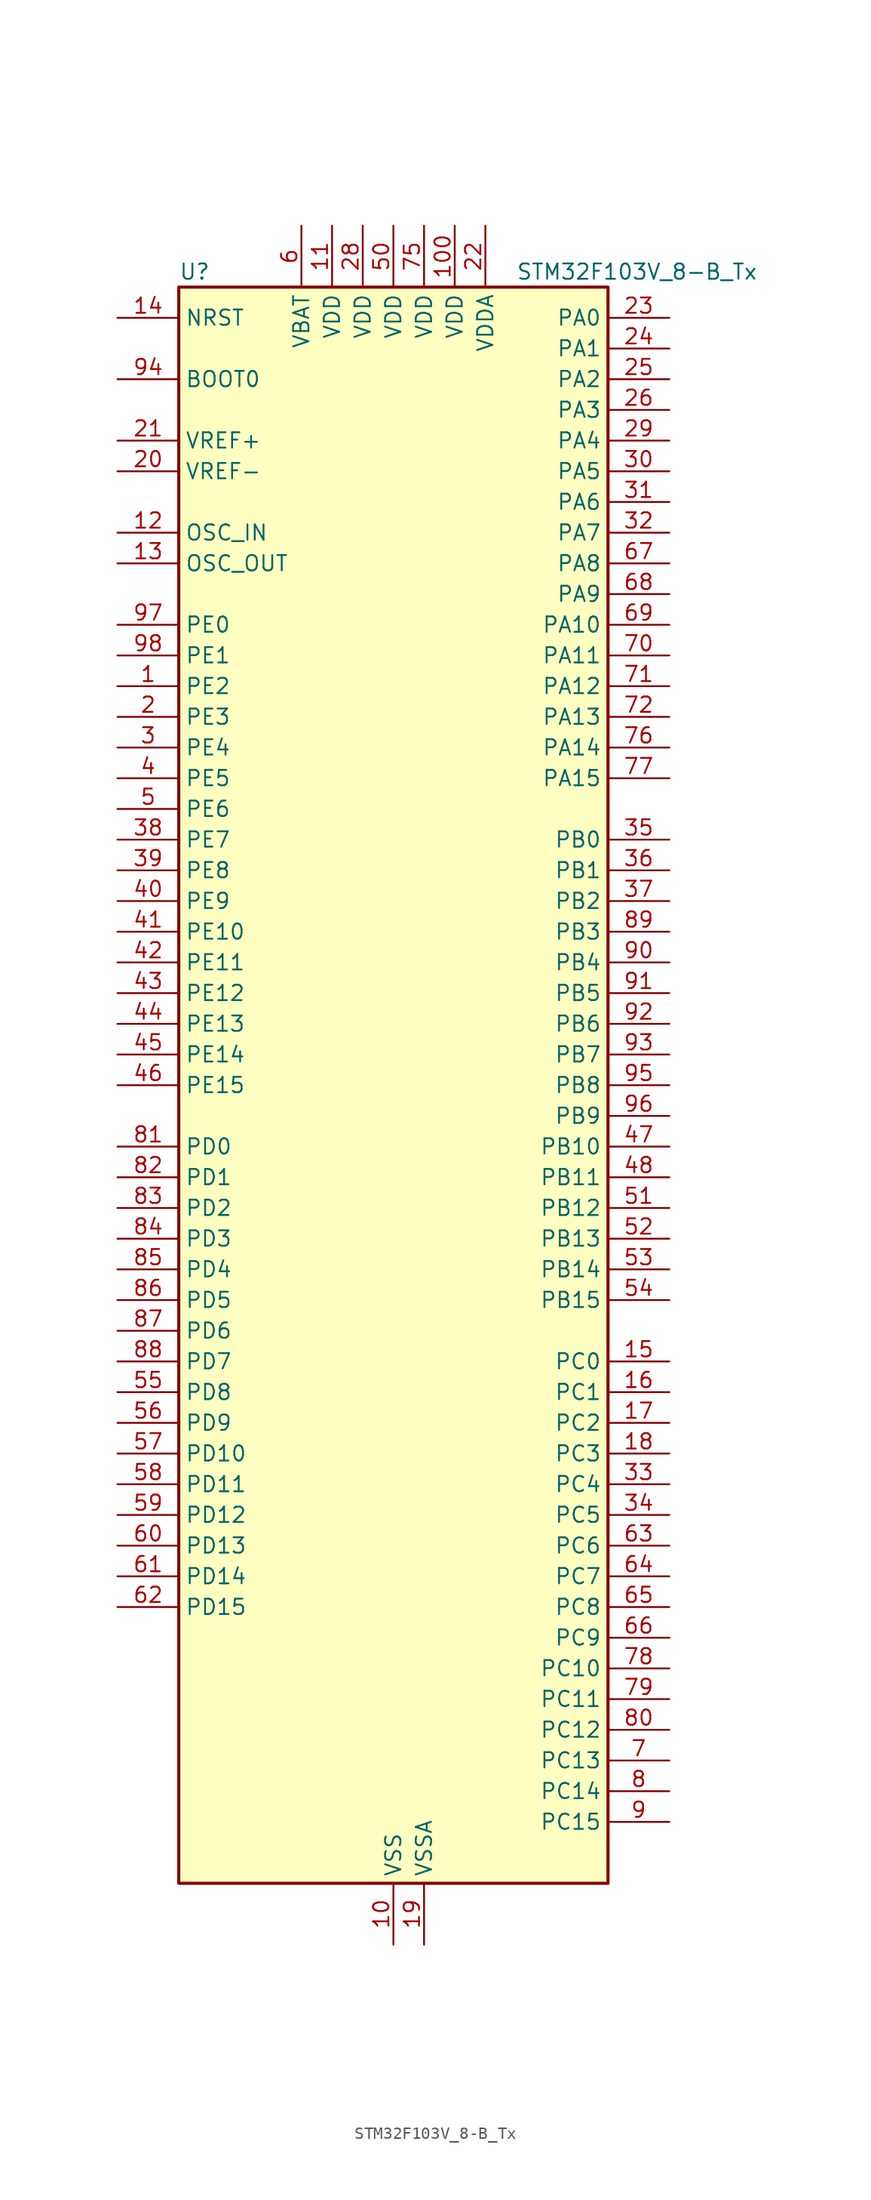
<source format=kicad_sym>
(kicad_symbol_lib
  (version 20231120)
  (generator "kicad_symbol_editor")
  (generator_version "8.0")
  (symbol "STM32F103V_8-B_Tx"
    (property "Reference" "U"
      (at -17.78 67.31 0)
      (effects (font (size 1.27 1.27)) (justify left)))
    (property "Value" "STM32F103V_8-B_Tx"
      (at 10.16 67.31 0)
      (effects (font (size 1.27 1.27)) (justify left)))
    (property "ki_locked" ""
      (at 0 0 0)
      (effects (font (size 1.27 1.27))))
    (symbol "STM32F103V_8-B_Tx_0_1"
      (rectangle (start -17.78 -66.04) (end 17.78 66.04) (stroke (width 0.254) (type default)) (fill (type background))))
    (symbol "STM32F103V_8-B_Tx_1_1"
      (pin bidirectional line (at -22.86 33.02 0) (length 5.08) (name "PE2" (effects (font (size 1.27 1.27)))) (number "1" (effects (font (size 1.27 1.27)))) (alternate "SYS_TRACECLK" bidirectional line))
      (pin power_in line (at 0 -71.12 90) (length 5.08) (name "VSS" (effects (font (size 1.27 1.27)))) (number "10" (effects (font (size 1.27 1.27)))))
      (pin power_in line (at 5.08 71.12 270) (length 5.08) (name "VDD" (effects (font (size 1.27 1.27)))) (number "100" (effects (font (size 1.27 1.27)))))
      (pin power_in line (at -5.08 71.12 270) (length 5.08) (name "VDD" (effects (font (size 1.27 1.27)))) (number "11" (effects (font (size 1.27 1.27)))))
      (pin input line (at -22.86 45.72 0) (length 5.08) (name "OSC_IN" (effects (font (size 1.27 1.27)))) (number "12" (effects (font (size 1.27 1.27)))) (alternate "RCC_OSC_IN" bidirectional line))
      (pin input line (at -22.86 43.18 0) (length 5.08) (name "OSC_OUT" (effects (font (size 1.27 1.27)))) (number "13" (effects (font (size 1.27 1.27)))) (alternate "RCC_OSC_OUT" bidirectional line))
      (pin input line (at -22.86 63.5 0) (length 5.08) (name "NRST" (effects (font (size 1.27 1.27)))) (number "14" (effects (font (size 1.27 1.27)))))
      (pin bidirectional line (at 22.86 -22.86 180) (length 5.08) (name "PC0" (effects (font (size 1.27 1.27)))) (number "15" (effects (font (size 1.27 1.27)))) (alternate "ADC1_IN10" bidirectional line) (alternate "ADC2_IN10" bidirectional line))
      (pin bidirectional line (at 22.86 -25.4 180) (length 5.08) (name "PC1" (effects (font (size 1.27 1.27)))) (number "16" (effects (font (size 1.27 1.27)))) (alternate "ADC1_IN11" bidirectional line) (alternate "ADC2_IN11" bidirectional line))
      (pin bidirectional line (at 22.86 -27.94 180) (length 5.08) (name "PC2" (effects (font (size 1.27 1.27)))) (number "17" (effects (font (size 1.27 1.27)))) (alternate "ADC1_IN12" bidirectional line) (alternate "ADC2_IN12" bidirectional line))
      (pin bidirectional line (at 22.86 -30.48 180) (length 5.08) (name "PC3" (effects (font (size 1.27 1.27)))) (number "18" (effects (font (size 1.27 1.27)))) (alternate "ADC1_IN13" bidirectional line) (alternate "ADC2_IN13" bidirectional line))
      (pin power_in line (at 2.54 -71.12 90) (length 5.08) (name "VSSA" (effects (font (size 1.27 1.27)))) (number "19" (effects (font (size 1.27 1.27)))))
      (pin bidirectional line (at -22.86 30.48 0) (length 5.08) (name "PE3" (effects (font (size 1.27 1.27)))) (number "2" (effects (font (size 1.27 1.27)))) (alternate "SYS_TRACED0" bidirectional line))
      (pin input line (at -22.86 50.8 0) (length 5.08) (name "VREF-" (effects (font (size 1.27 1.27)))) (number "20" (effects (font (size 1.27 1.27)))))
      (pin input line (at -22.86 53.34 0) (length 5.08) (name "VREF+" (effects (font (size 1.27 1.27)))) (number "21" (effects (font (size 1.27 1.27)))))
      (pin power_in line (at 7.62 71.12 270) (length 5.08) (name "VDDA" (effects (font (size 1.27 1.27)))) (number "22" (effects (font (size 1.27 1.27)))))
      (pin bidirectional line (at 22.86 63.5 180) (length 5.08) (name "PA0" (effects (font (size 1.27 1.27)))) (number "23" (effects (font (size 1.27 1.27)))) (alternate "ADC1_IN0" bidirectional line) (alternate "ADC2_IN0" bidirectional line) (alternate "SYS_WKUP" bidirectional line) (alternate "TIM2_CH1" bidirectional line) (alternate "TIM2_ETR" bidirectional line) (alternate "USART2_CTS" bidirectional line))
      (pin bidirectional line (at 22.86 60.96 180) (length 5.08) (name "PA1" (effects (font (size 1.27 1.27)))) (number "24" (effects (font (size 1.27 1.27)))) (alternate "ADC1_IN1" bidirectional line) (alternate "ADC2_IN1" bidirectional line) (alternate "TIM2_CH2" bidirectional line) (alternate "USART2_RTS" bidirectional line))
      (pin bidirectional line (at 22.86 58.42 180) (length 5.08) (name "PA2" (effects (font (size 1.27 1.27)))) (number "25" (effects (font (size 1.27 1.27)))) (alternate "ADC1_IN2" bidirectional line) (alternate "ADC2_IN2" bidirectional line) (alternate "TIM2_CH3" bidirectional line) (alternate "USART2_TX" bidirectional line))
      (pin bidirectional line (at 22.86 55.88 180) (length 5.08) (name "PA3" (effects (font (size 1.27 1.27)))) (number "26" (effects (font (size 1.27 1.27)))) (alternate "ADC1_IN3" bidirectional line) (alternate "ADC2_IN3" bidirectional line) (alternate "TIM2_CH4" bidirectional line) (alternate "USART2_RX" bidirectional line))
      (pin passive line (at 0 -71.12 90) (length 5.08) hide (name "VSS" (effects (font (size 1.27 1.27)))) (number "27" (effects (font (size 1.27 1.27)))))
      (pin power_in line (at -2.54 71.12 270) (length 5.08) (name "VDD" (effects (font (size 1.27 1.27)))) (number "28" (effects (font (size 1.27 1.27)))))
      (pin bidirectional line (at 22.86 53.34 180) (length 5.08) (name "PA4" (effects (font (size 1.27 1.27)))) (number "29" (effects (font (size 1.27 1.27)))) (alternate "ADC1_IN4" bidirectional line) (alternate "ADC2_IN4" bidirectional line) (alternate "SPI1_NSS" bidirectional line) (alternate "USART2_CK" bidirectional line))
      (pin bidirectional line (at -22.86 27.94 0) (length 5.08) (name "PE4" (effects (font (size 1.27 1.27)))) (number "3" (effects (font (size 1.27 1.27)))) (alternate "SYS_TRACED1" bidirectional line))
      (pin bidirectional line (at 22.86 50.8 180) (length 5.08) (name "PA5" (effects (font (size 1.27 1.27)))) (number "30" (effects (font (size 1.27 1.27)))) (alternate "ADC1_IN5" bidirectional line) (alternate "ADC2_IN5" bidirectional line) (alternate "SPI1_SCK" bidirectional line))
      (pin bidirectional line (at 22.86 48.26 180) (length 5.08) (name "PA6" (effects (font (size 1.27 1.27)))) (number "31" (effects (font (size 1.27 1.27)))) (alternate "ADC1_IN6" bidirectional line) (alternate "ADC2_IN6" bidirectional line) (alternate "SPI1_MISO" bidirectional line) (alternate "TIM1_BKIN" bidirectional line) (alternate "TIM3_CH1" bidirectional line))
      (pin bidirectional line (at 22.86 45.72 180) (length 5.08) (name "PA7" (effects (font (size 1.27 1.27)))) (number "32" (effects (font (size 1.27 1.27)))) (alternate "ADC1_IN7" bidirectional line) (alternate "ADC2_IN7" bidirectional line) (alternate "SPI1_MOSI" bidirectional line) (alternate "TIM1_CH1N" bidirectional line) (alternate "TIM3_CH2" bidirectional line))
      (pin bidirectional line (at 22.86 -33.02 180) (length 5.08) (name "PC4" (effects (font (size 1.27 1.27)))) (number "33" (effects (font (size 1.27 1.27)))) (alternate "ADC1_IN14" bidirectional line) (alternate "ADC2_IN14" bidirectional line))
      (pin bidirectional line (at 22.86 -35.56 180) (length 5.08) (name "PC5" (effects (font (size 1.27 1.27)))) (number "34" (effects (font (size 1.27 1.27)))) (alternate "ADC1_IN15" bidirectional line) (alternate "ADC2_IN15" bidirectional line))
      (pin bidirectional line (at 22.86 20.32 180) (length 5.08) (name "PB0" (effects (font (size 1.27 1.27)))) (number "35" (effects (font (size 1.27 1.27)))) (alternate "ADC1_IN8" bidirectional line) (alternate "ADC2_IN8" bidirectional line) (alternate "TIM1_CH2N" bidirectional line) (alternate "TIM3_CH3" bidirectional line))
      (pin bidirectional line (at 22.86 17.78 180) (length 5.08) (name "PB1" (effects (font (size 1.27 1.27)))) (number "36" (effects (font (size 1.27 1.27)))) (alternate "ADC1_IN9" bidirectional line) (alternate "ADC2_IN9" bidirectional line) (alternate "TIM1_CH3N" bidirectional line) (alternate "TIM3_CH4" bidirectional line))
      (pin bidirectional line (at 22.86 15.24 180) (length 5.08) (name "PB2" (effects (font (size 1.27 1.27)))) (number "37" (effects (font (size 1.27 1.27)))))
      (pin bidirectional line (at -22.86 20.32 0) (length 5.08) (name "PE7" (effects (font (size 1.27 1.27)))) (number "38" (effects (font (size 1.27 1.27)))) (alternate "TIM1_ETR" bidirectional line))
      (pin bidirectional line (at -22.86 17.78 0) (length 5.08) (name "PE8" (effects (font (size 1.27 1.27)))) (number "39" (effects (font (size 1.27 1.27)))) (alternate "TIM1_CH1N" bidirectional line))
      (pin bidirectional line (at -22.86 25.4 0) (length 5.08) (name "PE5" (effects (font (size 1.27 1.27)))) (number "4" (effects (font (size 1.27 1.27)))) (alternate "SYS_TRACED2" bidirectional line))
      (pin bidirectional line (at -22.86 15.24 0) (length 5.08) (name "PE9" (effects (font (size 1.27 1.27)))) (number "40" (effects (font (size 1.27 1.27)))) (alternate "TIM1_CH1" bidirectional line))
      (pin bidirectional line (at -22.86 12.7 0) (length 5.08) (name "PE10" (effects (font (size 1.27 1.27)))) (number "41" (effects (font (size 1.27 1.27)))) (alternate "TIM1_CH2N" bidirectional line))
      (pin bidirectional line (at -22.86 10.16 0) (length 5.08) (name "PE11" (effects (font (size 1.27 1.27)))) (number "42" (effects (font (size 1.27 1.27)))) (alternate "ADC1_EXTI11" bidirectional line) (alternate "ADC2_EXTI11" bidirectional line) (alternate "TIM1_CH2" bidirectional line))
      (pin bidirectional line (at -22.86 7.62 0) (length 5.08) (name "PE12" (effects (font (size 1.27 1.27)))) (number "43" (effects (font (size 1.27 1.27)))) (alternate "TIM1_CH3N" bidirectional line))
      (pin bidirectional line (at -22.86 5.08 0) (length 5.08) (name "PE13" (effects (font (size 1.27 1.27)))) (number "44" (effects (font (size 1.27 1.27)))) (alternate "TIM1_CH3" bidirectional line))
      (pin bidirectional line (at -22.86 2.54 0) (length 5.08) (name "PE14" (effects (font (size 1.27 1.27)))) (number "45" (effects (font (size 1.27 1.27)))) (alternate "TIM1_CH4" bidirectional line))
      (pin bidirectional line (at -22.86 0 0) (length 5.08) (name "PE15" (effects (font (size 1.27 1.27)))) (number "46" (effects (font (size 1.27 1.27)))) (alternate "ADC1_EXTI15" bidirectional line) (alternate "ADC2_EXTI15" bidirectional line) (alternate "TIM1_BKIN" bidirectional line))
      (pin bidirectional line (at 22.86 -5.08 180) (length 5.08) (name "PB10" (effects (font (size 1.27 1.27)))) (number "47" (effects (font (size 1.27 1.27)))) (alternate "I2C2_SCL" bidirectional line) (alternate "TIM2_CH3" bidirectional line) (alternate "USART3_TX" bidirectional line))
      (pin bidirectional line (at 22.86 -7.62 180) (length 5.08) (name "PB11" (effects (font (size 1.27 1.27)))) (number "48" (effects (font (size 1.27 1.27)))) (alternate "ADC1_EXTI11" bidirectional line) (alternate "ADC2_EXTI11" bidirectional line) (alternate "I2C2_SDA" bidirectional line) (alternate "TIM2_CH4" bidirectional line) (alternate "USART3_RX" bidirectional line))
      (pin passive line (at 0 -71.12 90) (length 5.08) hide (name "VSS" (effects (font (size 1.27 1.27)))) (number "49" (effects (font (size 1.27 1.27)))))
      (pin bidirectional line (at -22.86 22.86 0) (length 5.08) (name "PE6" (effects (font (size 1.27 1.27)))) (number "5" (effects (font (size 1.27 1.27)))) (alternate "SYS_TRACED3" bidirectional line))
      (pin power_in line (at 0 71.12 270) (length 5.08) (name "VDD" (effects (font (size 1.27 1.27)))) (number "50" (effects (font (size 1.27 1.27)))))
      (pin bidirectional line (at 22.86 -10.16 180) (length 5.08) (name "PB12" (effects (font (size 1.27 1.27)))) (number "51" (effects (font (size 1.27 1.27)))) (alternate "I2C2_SMBA" bidirectional line) (alternate "SPI2_NSS" bidirectional line) (alternate "TIM1_BKIN" bidirectional line) (alternate "USART3_CK" bidirectional line))
      (pin bidirectional line (at 22.86 -12.7 180) (length 5.08) (name "PB13" (effects (font (size 1.27 1.27)))) (number "52" (effects (font (size 1.27 1.27)))) (alternate "SPI2_SCK" bidirectional line) (alternate "TIM1_CH1N" bidirectional line) (alternate "USART3_CTS" bidirectional line))
      (pin bidirectional line (at 22.86 -15.24 180) (length 5.08) (name "PB14" (effects (font (size 1.27 1.27)))) (number "53" (effects (font (size 1.27 1.27)))) (alternate "SPI2_MISO" bidirectional line) (alternate "TIM1_CH2N" bidirectional line) (alternate "USART3_RTS" bidirectional line))
      (pin bidirectional line (at 22.86 -17.78 180) (length 5.08) (name "PB15" (effects (font (size 1.27 1.27)))) (number "54" (effects (font (size 1.27 1.27)))) (alternate "ADC1_EXTI15" bidirectional line) (alternate "ADC2_EXTI15" bidirectional line) (alternate "SPI2_MOSI" bidirectional line) (alternate "TIM1_CH3N" bidirectional line))
      (pin bidirectional line (at -22.86 -25.4 0) (length 5.08) (name "PD8" (effects (font (size 1.27 1.27)))) (number "55" (effects (font (size 1.27 1.27)))) (alternate "USART3_TX" bidirectional line))
      (pin bidirectional line (at -22.86 -27.94 0) (length 5.08) (name "PD9" (effects (font (size 1.27 1.27)))) (number "56" (effects (font (size 1.27 1.27)))) (alternate "USART3_RX" bidirectional line))
      (pin bidirectional line (at -22.86 -30.48 0) (length 5.08) (name "PD10" (effects (font (size 1.27 1.27)))) (number "57" (effects (font (size 1.27 1.27)))) (alternate "USART3_CK" bidirectional line))
      (pin bidirectional line (at -22.86 -33.02 0) (length 5.08) (name "PD11" (effects (font (size 1.27 1.27)))) (number "58" (effects (font (size 1.27 1.27)))) (alternate "ADC1_EXTI11" bidirectional line) (alternate "ADC2_EXTI11" bidirectional line) (alternate "USART3_CTS" bidirectional line))
      (pin bidirectional line (at -22.86 -35.56 0) (length 5.08) (name "PD12" (effects (font (size 1.27 1.27)))) (number "59" (effects (font (size 1.27 1.27)))) (alternate "TIM4_CH1" bidirectional line) (alternate "USART3_RTS" bidirectional line))
      (pin power_in line (at -7.62 71.12 270) (length 5.08) (name "VBAT" (effects (font (size 1.27 1.27)))) (number "6" (effects (font (size 1.27 1.27)))))
      (pin bidirectional line (at -22.86 -38.1 0) (length 5.08) (name "PD13" (effects (font (size 1.27 1.27)))) (number "60" (effects (font (size 1.27 1.27)))) (alternate "TIM4_CH2" bidirectional line))
      (pin bidirectional line (at -22.86 -40.64 0) (length 5.08) (name "PD14" (effects (font (size 1.27 1.27)))) (number "61" (effects (font (size 1.27 1.27)))) (alternate "TIM4_CH3" bidirectional line))
      (pin bidirectional line (at -22.86 -43.18 0) (length 5.08) (name "PD15" (effects (font (size 1.27 1.27)))) (number "62" (effects (font (size 1.27 1.27)))) (alternate "ADC1_EXTI15" bidirectional line) (alternate "ADC2_EXTI15" bidirectional line) (alternate "TIM4_CH4" bidirectional line))
      (pin bidirectional line (at 22.86 -38.1 180) (length 5.08) (name "PC6" (effects (font (size 1.27 1.27)))) (number "63" (effects (font (size 1.27 1.27)))) (alternate "TIM3_CH1" bidirectional line))
      (pin bidirectional line (at 22.86 -40.64 180) (length 5.08) (name "PC7" (effects (font (size 1.27 1.27)))) (number "64" (effects (font (size 1.27 1.27)))) (alternate "TIM3_CH2" bidirectional line))
      (pin bidirectional line (at 22.86 -43.18 180) (length 5.08) (name "PC8" (effects (font (size 1.27 1.27)))) (number "65" (effects (font (size 1.27 1.27)))) (alternate "TIM3_CH3" bidirectional line))
      (pin bidirectional line (at 22.86 -45.72 180) (length 5.08) (name "PC9" (effects (font (size 1.27 1.27)))) (number "66" (effects (font (size 1.27 1.27)))) (alternate "TIM3_CH4" bidirectional line))
      (pin bidirectional line (at 22.86 43.18 180) (length 5.08) (name "PA8" (effects (font (size 1.27 1.27)))) (number "67" (effects (font (size 1.27 1.27)))) (alternate "RCC_MCO" bidirectional line) (alternate "TIM1_CH1" bidirectional line) (alternate "USART1_CK" bidirectional line))
      (pin bidirectional line (at 22.86 40.64 180) (length 5.08) (name "PA9" (effects (font (size 1.27 1.27)))) (number "68" (effects (font (size 1.27 1.27)))) (alternate "TIM1_CH2" bidirectional line) (alternate "USART1_TX" bidirectional line))
      (pin bidirectional line (at 22.86 38.1 180) (length 5.08) (name "PA10" (effects (font (size 1.27 1.27)))) (number "69" (effects (font (size 1.27 1.27)))) (alternate "TIM1_CH3" bidirectional line) (alternate "USART1_RX" bidirectional line))
      (pin bidirectional line (at 22.86 -55.88 180) (length 5.08) (name "PC13" (effects (font (size 1.27 1.27)))) (number "7" (effects (font (size 1.27 1.27)))) (alternate "RTC_OUT" bidirectional line) (alternate "RTC_TAMPER" bidirectional line))
      (pin bidirectional line (at 22.86 35.56 180) (length 5.08) (name "PA11" (effects (font (size 1.27 1.27)))) (number "70" (effects (font (size 1.27 1.27)))) (alternate "ADC1_EXTI11" bidirectional line) (alternate "ADC2_EXTI11" bidirectional line) (alternate "CAN_RX" bidirectional line) (alternate "TIM1_CH4" bidirectional line) (alternate "USART1_CTS" bidirectional line) (alternate "USB_DM" bidirectional line))
      (pin bidirectional line (at 22.86 33.02 180) (length 5.08) (name "PA12" (effects (font (size 1.27 1.27)))) (number "71" (effects (font (size 1.27 1.27)))) (alternate "CAN_TX" bidirectional line) (alternate "TIM1_ETR" bidirectional line) (alternate "USART1_RTS" bidirectional line) (alternate "USB_DP" bidirectional line))
      (pin bidirectional line (at 22.86 30.48 180) (length 5.08) (name "PA13" (effects (font (size 1.27 1.27)))) (number "72" (effects (font (size 1.27 1.27)))) (alternate "SYS_JTMS-SWDIO" bidirectional line))
      (pin no_connect line (at -17.78 -66.04 0) (length 5.08) hide (name "NC" (effects (font (size 1.27 1.27)))) (number "73" (effects (font (size 1.27 1.27)))))
      (pin passive line (at 0 -71.12 90) (length 5.08) hide (name "VSS" (effects (font (size 1.27 1.27)))) (number "74" (effects (font (size 1.27 1.27)))))
      (pin power_in line (at 2.54 71.12 270) (length 5.08) (name "VDD" (effects (font (size 1.27 1.27)))) (number "75" (effects (font (size 1.27 1.27)))))
      (pin bidirectional line (at 22.86 27.94 180) (length 5.08) (name "PA14" (effects (font (size 1.27 1.27)))) (number "76" (effects (font (size 1.27 1.27)))) (alternate "SYS_JTCK-SWCLK" bidirectional line))
      (pin bidirectional line (at 22.86 25.4 180) (length 5.08) (name "PA15" (effects (font (size 1.27 1.27)))) (number "77" (effects (font (size 1.27 1.27)))) (alternate "ADC1_EXTI15" bidirectional line) (alternate "ADC2_EXTI15" bidirectional line) (alternate "SPI1_NSS" bidirectional line) (alternate "SYS_JTDI" bidirectional line) (alternate "TIM2_CH1" bidirectional line) (alternate "TIM2_ETR" bidirectional line))
      (pin bidirectional line (at 22.86 -48.26 180) (length 5.08) (name "PC10" (effects (font (size 1.27 1.27)))) (number "78" (effects (font (size 1.27 1.27)))) (alternate "USART3_TX" bidirectional line))
      (pin bidirectional line (at 22.86 -50.8 180) (length 5.08) (name "PC11" (effects (font (size 1.27 1.27)))) (number "79" (effects (font (size 1.27 1.27)))) (alternate "ADC1_EXTI11" bidirectional line) (alternate "ADC2_EXTI11" bidirectional line) (alternate "USART3_RX" bidirectional line))
      (pin bidirectional line (at 22.86 -58.42 180) (length 5.08) (name "PC14" (effects (font (size 1.27 1.27)))) (number "8" (effects (font (size 1.27 1.27)))) (alternate "RCC_OSC32_IN" bidirectional line))
      (pin bidirectional line (at 22.86 -53.34 180) (length 5.08) (name "PC12" (effects (font (size 1.27 1.27)))) (number "80" (effects (font (size 1.27 1.27)))) (alternate "USART3_CK" bidirectional line))
      (pin bidirectional line (at -22.86 -5.08 0) (length 5.08) (name "PD0" (effects (font (size 1.27 1.27)))) (number "81" (effects (font (size 1.27 1.27)))) (alternate "CAN_RX" bidirectional line))
      (pin bidirectional line (at -22.86 -7.62 0) (length 5.08) (name "PD1" (effects (font (size 1.27 1.27)))) (number "82" (effects (font (size 1.27 1.27)))) (alternate "CAN_TX" bidirectional line))
      (pin bidirectional line (at -22.86 -10.16 0) (length 5.08) (name "PD2" (effects (font (size 1.27 1.27)))) (number "83" (effects (font (size 1.27 1.27)))) (alternate "TIM3_ETR" bidirectional line))
      (pin bidirectional line (at -22.86 -12.7 0) (length 5.08) (name "PD3" (effects (font (size 1.27 1.27)))) (number "84" (effects (font (size 1.27 1.27)))) (alternate "USART2_CTS" bidirectional line))
      (pin bidirectional line (at -22.86 -15.24 0) (length 5.08) (name "PD4" (effects (font (size 1.27 1.27)))) (number "85" (effects (font (size 1.27 1.27)))) (alternate "USART2_RTS" bidirectional line))
      (pin bidirectional line (at -22.86 -17.78 0) (length 5.08) (name "PD5" (effects (font (size 1.27 1.27)))) (number "86" (effects (font (size 1.27 1.27)))) (alternate "USART2_TX" bidirectional line))
      (pin bidirectional line (at -22.86 -20.32 0) (length 5.08) (name "PD6" (effects (font (size 1.27 1.27)))) (number "87" (effects (font (size 1.27 1.27)))) (alternate "USART2_RX" bidirectional line))
      (pin bidirectional line (at -22.86 -22.86 0) (length 5.08) (name "PD7" (effects (font (size 1.27 1.27)))) (number "88" (effects (font (size 1.27 1.27)))) (alternate "USART2_CK" bidirectional line))
      (pin bidirectional line (at 22.86 12.7 180) (length 5.08) (name "PB3" (effects (font (size 1.27 1.27)))) (number "89" (effects (font (size 1.27 1.27)))) (alternate "SPI1_SCK" bidirectional line) (alternate "SYS_JTDO-TRACESWO" bidirectional line) (alternate "TIM2_CH2" bidirectional line))
      (pin bidirectional line (at 22.86 -60.96 180) (length 5.08) (name "PC15" (effects (font (size 1.27 1.27)))) (number "9" (effects (font (size 1.27 1.27)))) (alternate "ADC1_EXTI15" bidirectional line) (alternate "ADC2_EXTI15" bidirectional line) (alternate "RCC_OSC32_OUT" bidirectional line))
      (pin bidirectional line (at 22.86 10.16 180) (length 5.08) (name "PB4" (effects (font (size 1.27 1.27)))) (number "90" (effects (font (size 1.27 1.27)))) (alternate "SPI1_MISO" bidirectional line) (alternate "SYS_NJTRST" bidirectional line) (alternate "TIM3_CH1" bidirectional line))
      (pin bidirectional line (at 22.86 7.62 180) (length 5.08) (name "PB5" (effects (font (size 1.27 1.27)))) (number "91" (effects (font (size 1.27 1.27)))) (alternate "I2C1_SMBA" bidirectional line) (alternate "SPI1_MOSI" bidirectional line) (alternate "TIM3_CH2" bidirectional line))
      (pin bidirectional line (at 22.86 5.08 180) (length 5.08) (name "PB6" (effects (font (size 1.27 1.27)))) (number "92" (effects (font (size 1.27 1.27)))) (alternate "I2C1_SCL" bidirectional line) (alternate "TIM4_CH1" bidirectional line) (alternate "USART1_TX" bidirectional line))
      (pin bidirectional line (at 22.86 2.54 180) (length 5.08) (name "PB7" (effects (font (size 1.27 1.27)))) (number "93" (effects (font (size 1.27 1.27)))) (alternate "I2C1_SDA" bidirectional line) (alternate "TIM4_CH2" bidirectional line) (alternate "USART1_RX" bidirectional line))
      (pin input line (at -22.86 58.42 0) (length 5.08) (name "BOOT0" (effects (font (size 1.27 1.27)))) (number "94" (effects (font (size 1.27 1.27)))))
      (pin bidirectional line (at 22.86 0 180) (length 5.08) (name "PB8" (effects (font (size 1.27 1.27)))) (number "95" (effects (font (size 1.27 1.27)))) (alternate "CAN_RX" bidirectional line) (alternate "I2C1_SCL" bidirectional line) (alternate "TIM4_CH3" bidirectional line))
      (pin bidirectional line (at 22.86 -2.54 180) (length 5.08) (name "PB9" (effects (font (size 1.27 1.27)))) (number "96" (effects (font (size 1.27 1.27)))) (alternate "CAN_TX" bidirectional line) (alternate "I2C1_SDA" bidirectional line) (alternate "TIM4_CH4" bidirectional line))
      (pin bidirectional line (at -22.86 38.1 0) (length 5.08) (name "PE0" (effects (font (size 1.27 1.27)))) (number "97" (effects (font (size 1.27 1.27)))) (alternate "TIM4_ETR" bidirectional line))
      (pin bidirectional line (at -22.86 35.56 0) (length 5.08) (name "PE1" (effects (font (size 1.27 1.27)))) (number "98" (effects (font (size 1.27 1.27)))))
      (pin passive line (at 0 -71.12 90) (length 5.08) hide (name "VSS" (effects (font (size 1.27 1.27)))) (number "99" (effects (font (size 1.27 1.27))))))))
</source>
